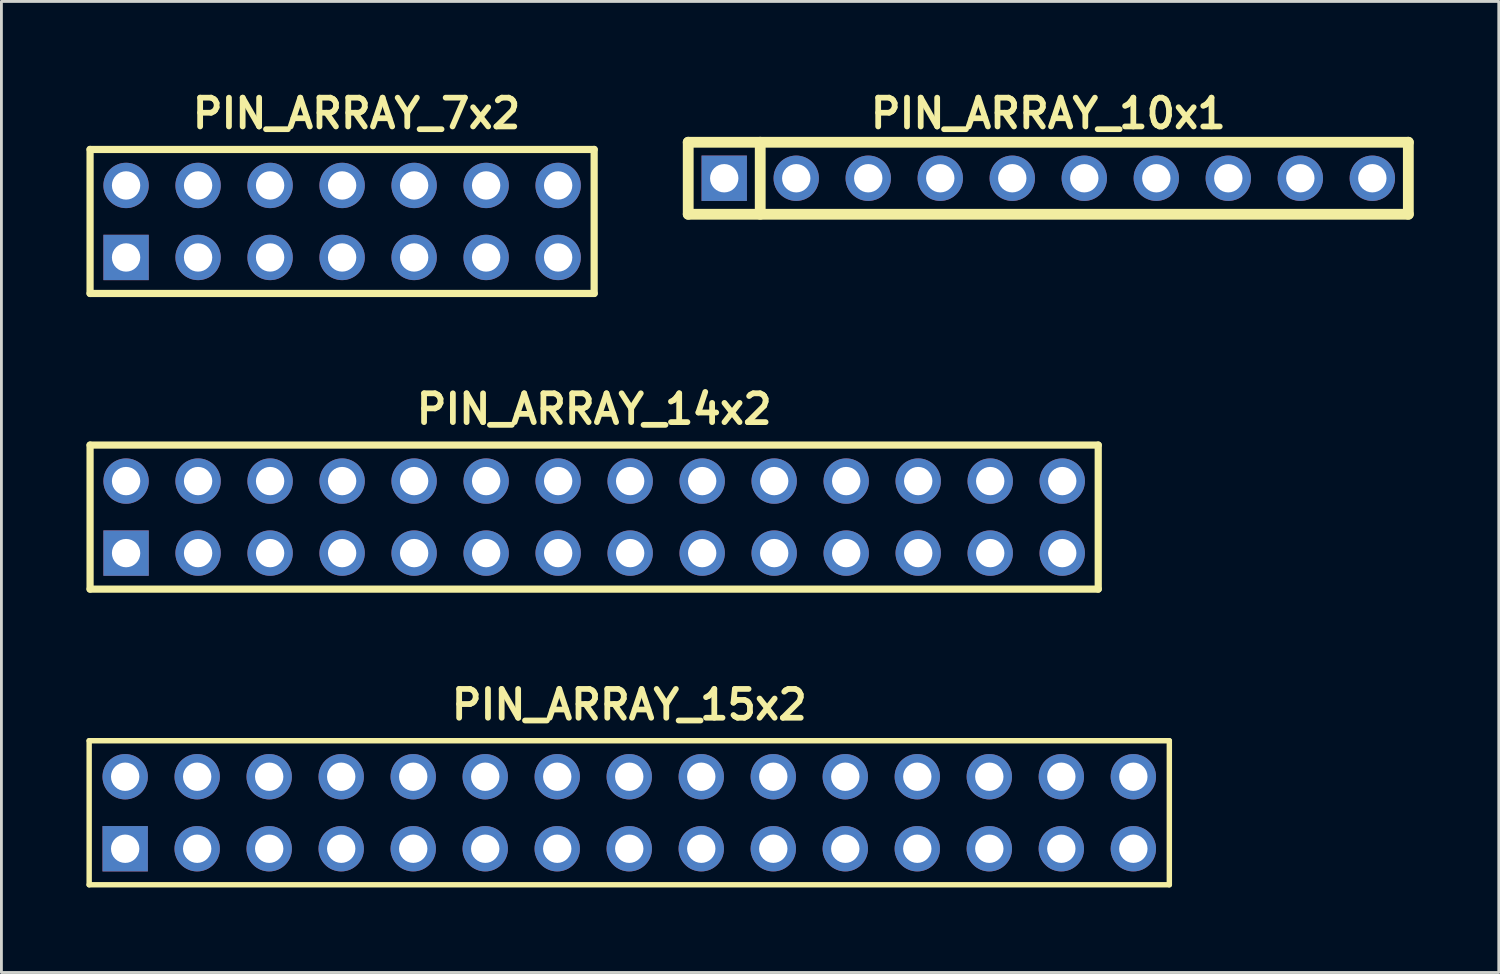
<source format=kicad_pcb>
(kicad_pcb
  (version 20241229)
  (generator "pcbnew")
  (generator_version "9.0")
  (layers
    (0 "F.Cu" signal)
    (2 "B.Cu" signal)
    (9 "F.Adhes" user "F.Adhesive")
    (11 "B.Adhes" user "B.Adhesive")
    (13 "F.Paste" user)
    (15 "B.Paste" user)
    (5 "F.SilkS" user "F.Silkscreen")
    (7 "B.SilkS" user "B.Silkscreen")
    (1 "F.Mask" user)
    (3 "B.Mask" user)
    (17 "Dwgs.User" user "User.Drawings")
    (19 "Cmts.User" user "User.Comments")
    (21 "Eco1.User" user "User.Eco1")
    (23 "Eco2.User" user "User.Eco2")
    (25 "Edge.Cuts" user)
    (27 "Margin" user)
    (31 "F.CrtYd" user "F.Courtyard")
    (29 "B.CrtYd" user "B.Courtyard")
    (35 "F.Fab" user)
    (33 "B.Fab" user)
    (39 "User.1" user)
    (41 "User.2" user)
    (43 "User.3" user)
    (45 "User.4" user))
  (footprint "PIN_ARRAY_10x1"
    (layer "F.Cu")
    (at 33.925 3.237)
    (property "Reference" "PIN_ARRAY_10x1" (at 0 -2.286 0) (layer "F.SilkS") (effects (font (size 1.016 1.016) (thickness 0.203))))
    (attr through_hole)
    (fp_line (start -12.7 -1.27) (end -12.7 1.27) (stroke (width 0.381) (type solid)) (layer "F.SilkS"))
    (fp_line (start -12.7 1.27) (end 12.7 1.27) (stroke (width 0.381) (type solid)) (layer "F.SilkS"))
    (fp_line (start -10.16 -1.27) (end -10.16 1.27) (stroke (width 0.381) (type solid)) (layer "F.SilkS"))
    (fp_line (start 12.7 -1.27) (end -12.7 -1.27) (stroke (width 0.381) (type solid)) (layer "F.SilkS"))
    (fp_line (start 12.7 1.27) (end 12.7 -1.27) (stroke (width 0.381) (type solid)) (layer "F.SilkS"))
    (pad "1" thru_hole rect (at -11.43 0) (size 1.6 1.6) (drill 1) (layers "*.Cu" "*.Mask"))
    (pad "2" thru_hole circle (at -8.89 0) (size 1.6 1.6) (drill 1) (layers "*.Cu" "*.Mask"))
    (pad "3" thru_hole circle (at -6.35 0) (size 1.6 1.6) (drill 1) (layers "*.Cu" "*.Mask"))
    (pad "4" thru_hole circle (at -3.81 0) (size 1.6 1.6) (drill 1) (layers "*.Cu" "*.Mask"))
    (pad "5" thru_hole circle (at -1.27 0) (size 1.6 1.6) (drill 1) (layers "*.Cu" "*.Mask"))
    (pad "6" thru_hole circle (at 1.27 0) (size 1.6 1.6) (drill 1) (layers "*.Cu" "*.Mask"))
    (pad "7" thru_hole circle (at 3.81 0) (size 1.6 1.6) (drill 1) (layers "*.Cu" "*.Mask"))
    (pad "8" thru_hole circle (at 6.35 0) (size 1.6 1.6) (drill 1) (layers "*.Cu" "*.Mask"))
    (pad "9" thru_hole circle (at 8.89 0) (size 1.6 1.6) (drill 1) (layers "*.Cu" "*.Mask"))
    (pad "10" thru_hole circle (at 11.43 0) (size 1.6 1.6) (drill 1) (layers "*.Cu" "*.Mask")))
  (footprint "PIN_ARRAY_14x2"
    (layer "F.Cu")
    (at 17.907 13.919)
    (property "Reference" "PIN_ARRAY_14x2" (at 0 -2.54 0) (layer "F.SilkS") (effects (font (size 1.016 1.016) (thickness 0.203))))
    (attr through_hole)
    (fp_line (start -17.78 3.81) (end -17.78 -1.27) (stroke (width 0.254) (type solid)) (layer "F.SilkS"))
    (fp_line (start -17.78 3.81) (end 17.78 3.81) (stroke (width 0.254) (type solid)) (layer "F.SilkS"))
    (fp_line (start 17.78 -1.27) (end -17.78 -1.27) (stroke (width 0.254) (type solid)) (layer "F.SilkS"))
    (fp_line (start 17.78 3.81) (end 17.78 -1.27) (stroke (width 0.254) (type solid)) (layer "F.SilkS"))
    (pad "1" thru_hole rect (at -16.51 2.54) (size 1.6 1.6) (drill 1) (layers "*.Cu" "*.Mask"))
    (pad "2" thru_hole circle (at -16.51 0) (size 1.6 1.6) (drill 1) (layers "*.Cu" "*.Mask"))
    (pad "3" thru_hole circle (at -13.97 2.54) (size 1.6 1.6) (drill 1) (layers "*.Cu" "*.Mask"))
    (pad "4" thru_hole circle (at -13.97 0) (size 1.6 1.6) (drill 1) (layers "*.Cu" "*.Mask"))
    (pad "5" thru_hole circle (at -11.43 2.54) (size 1.6 1.6) (drill 1) (layers "*.Cu" "*.Mask"))
    (pad "6" thru_hole circle (at -11.43 0) (size 1.6 1.6) (drill 1) (layers "*.Cu" "*.Mask"))
    (pad "7" thru_hole circle (at -8.89 2.54) (size 1.6 1.6) (drill 1) (layers "*.Cu" "*.Mask"))
    (pad "8" thru_hole circle (at -8.89 0) (size 1.6 1.6) (drill 1) (layers "*.Cu" "*.Mask"))
    (pad "9" thru_hole circle (at -6.35 2.54) (size 1.6 1.6) (drill 1) (layers "*.Cu" "*.Mask"))
    (pad "10" thru_hole circle (at -6.35 0) (size 1.6 1.6) (drill 1) (layers "*.Cu" "*.Mask"))
    (pad "11" thru_hole circle (at -3.81 2.54) (size 1.6 1.6) (drill 1) (layers "*.Cu" "*.Mask"))
    (pad "12" thru_hole circle (at -3.81 0) (size 1.6 1.6) (drill 1) (layers "*.Cu" "*.Mask"))
    (pad "13" thru_hole circle (at -1.27 2.54) (size 1.6 1.6) (drill 1) (layers "*.Cu" "*.Mask"))
    (pad "14" thru_hole circle (at -1.27 0) (size 1.6 1.6) (drill 1) (layers "*.Cu" "*.Mask"))
    (pad "15" thru_hole circle (at 1.27 2.54) (size 1.6 1.6) (drill 1) (layers "*.Cu" "*.Mask"))
    (pad "16" thru_hole circle (at 1.27 0) (size 1.6 1.6) (drill 1) (layers "*.Cu" "*.Mask"))
    (pad "17" thru_hole circle (at 3.81 2.54) (size 1.6 1.6) (drill 1) (layers "*.Cu" "*.Mask"))
    (pad "18" thru_hole circle (at 3.81 0) (size 1.6 1.6) (drill 1) (layers "*.Cu" "*.Mask"))
    (pad "19" thru_hole circle (at 6.35 2.54) (size 1.6 1.6) (drill 1) (layers "*.Cu" "*.Mask"))
    (pad "20" thru_hole circle (at 6.35 0) (size 1.6 1.6) (drill 1) (layers "*.Cu" "*.Mask"))
    (pad "21" thru_hole circle (at 8.89 2.54) (size 1.6 1.6) (drill 1) (layers "*.Cu" "*.Mask"))
    (pad "22" thru_hole circle (at 8.89 0) (size 1.6 1.6) (drill 1) (layers "*.Cu" "*.Mask"))
    (pad "23" thru_hole oval (at 11.43 2.54) (size 1.6 1.6) (drill 1) (layers "*.Cu" "*.Mask"))
    (pad "24" thru_hole circle (at 11.43 0) (size 1.6 1.6) (drill 1) (layers "*.Cu" "*.Mask"))
    (pad "25" thru_hole circle (at 13.97 2.54) (size 1.6 1.6) (drill 1) (layers "*.Cu" "*.Mask"))
    (pad "26" thru_hole circle (at 13.97 0) (size 1.6 1.6) (drill 1) (layers "*.Cu" "*.Mask"))
    (pad "27" thru_hole circle (at 16.51 2.54) (size 1.6 1.6) (drill 1) (layers "*.Cu" "*.Mask"))
    (pad "28" thru_hole circle (at 16.51 0) (size 1.6 1.6) (drill 1) (layers "*.Cu" "*.Mask")))
  (footprint "PIN_ARRAY_7x2"
    (layer "F.Cu")
    (at 9.017 4.761)
    (property "Reference" "PIN_ARRAY_7x2" (at 0.508 -3.81 0) (layer "F.SilkS") (effects (font (size 1.016 1.016) (thickness 0.203))))
    (attr through_hole)
    (fp_line (start -8.89 -2.54) (end -8.89 2.54) (stroke (width 0.254) (type solid)) (layer "F.SilkS"))
    (fp_line (start -8.89 -2.54) (end 8.89 -2.54) (stroke (width 0.254) (type solid)) (layer "F.SilkS"))
    (fp_line (start 8.89 -2.54) (end 8.89 2.54) (stroke (width 0.254) (type solid)) (layer "F.SilkS"))
    (fp_line (start 8.89 2.54) (end -8.89 2.54) (stroke (width 0.254) (type solid)) (layer "F.SilkS"))
    (pad "1" thru_hole rect (at -7.62 1.27) (size 1.6 1.6) (drill 1) (layers "*.Cu" "*.Mask"))
    (pad "2" thru_hole circle (at -7.62 -1.27) (size 1.6 1.6) (drill 1) (layers "*.Cu" "*.Mask"))
    (pad "3" thru_hole circle (at -5.08 1.27) (size 1.6 1.6) (drill 1) (layers "*.Cu" "*.Mask"))
    (pad "4" thru_hole circle (at -5.08 -1.27) (size 1.6 1.6) (drill 1) (layers "*.Cu" "*.Mask"))
    (pad "5" thru_hole circle (at -2.54 1.27) (size 1.6 1.6) (drill 1) (layers "*.Cu" "*.Mask"))
    (pad "6" thru_hole circle (at -2.54 -1.27) (size 1.6 1.6) (drill 1) (layers "*.Cu" "*.Mask"))
    (pad "7" thru_hole circle (at 0 1.27) (size 1.6 1.6) (drill 1) (layers "*.Cu" "*.Mask"))
    (pad "8" thru_hole circle (at 0 -1.27) (size 1.6 1.6) (drill 1) (layers "*.Cu" "*.Mask"))
    (pad "9" thru_hole circle (at 2.54 1.27) (size 1.6 1.6) (drill 1) (layers "*.Cu" "*.Mask"))
    (pad "10" thru_hole circle (at 2.54 -1.27) (size 1.6 1.6) (drill 1) (layers "*.Cu" "*.Mask"))
    (pad "11" thru_hole circle (at 5.08 1.27) (size 1.6 1.6) (drill 1) (layers "*.Cu" "*.Mask"))
    (pad "12" thru_hole circle (at 5.08 -1.27) (size 1.6 1.6) (drill 1) (layers "*.Cu" "*.Mask"))
    (pad "13" thru_hole circle (at 7.62 1.27) (size 1.6 1.6) (drill 1) (layers "*.Cu" "*.Mask"))
    (pad "14" thru_hole circle (at 7.62 -1.27) (size 1.6 1.6) (drill 1) (layers "*.Cu" "*.Mask")))
  (footprint "PIN_ARRAY_15x2"
    (layer "F.Cu")
    (at 19.145 24.347)
    (property "Reference" "PIN_ARRAY_15x2" (at 0 -2.54 0) (layer "F.SilkS") (effects (font (size 1.016 1.016) (thickness 0.203))))
    (attr through_hole)
    (fp_line (start -19.05 3.81) (end -19.05 -1.27) (stroke (width 0.191) (type solid)) (layer "F.SilkS"))
    (fp_line (start -19.05 3.81) (end 19.05 3.81) (stroke (width 0.191) (type solid)) (layer "F.SilkS"))
    (fp_line (start 19.05 -1.27) (end -19.05 -1.27) (stroke (width 0.191) (type solid)) (layer "F.SilkS"))
    (fp_line (start 19.05 3.81) (end 19.05 -1.27) (stroke (width 0.191) (type solid)) (layer "F.SilkS"))
    (pad "1" thru_hole rect (at -17.78 2.54) (size 1.6 1.6) (drill 1) (layers "*.Cu" "*.Mask"))
    (pad "2" thru_hole circle (at -17.78 0) (size 1.6 1.6) (drill 1) (layers "*.Cu" "*.Mask"))
    (pad "3" thru_hole circle (at -15.24 2.54) (size 1.6 1.6) (drill 1) (layers "*.Cu" "*.Mask"))
    (pad "4" thru_hole circle (at -15.24 0) (size 1.6 1.6) (drill 1) (layers "*.Cu" "*.Mask"))
    (pad "5" thru_hole circle (at -12.7 2.54) (size 1.6 1.6) (drill 1) (layers "*.Cu" "*.Mask"))
    (pad "6" thru_hole circle (at -12.7 0) (size 1.6 1.6) (drill 1) (layers "*.Cu" "*.Mask"))
    (pad "7" thru_hole circle (at -10.16 2.54) (size 1.6 1.6) (drill 1) (layers "*.Cu" "*.Mask"))
    (pad "8" thru_hole circle (at -10.16 0) (size 1.6 1.6) (drill 1) (layers "*.Cu" "*.Mask"))
    (pad "9" thru_hole circle (at -7.62 2.54) (size 1.6 1.6) (drill 1) (layers "*.Cu" "*.Mask"))
    (pad "10" thru_hole circle (at -7.62 0) (size 1.6 1.6) (drill 1) (layers "*.Cu" "*.Mask"))
    (pad "11" thru_hole circle (at -5.08 2.54) (size 1.6 1.6) (drill 1) (layers "*.Cu" "*.Mask"))
    (pad "12" thru_hole circle (at -5.08 0) (size 1.6 1.6) (drill 1) (layers "*.Cu" "*.Mask"))
    (pad "13" thru_hole circle (at -2.54 2.54) (size 1.6 1.6) (drill 1) (layers "*.Cu" "*.Mask"))
    (pad "14" thru_hole circle (at -2.54 0) (size 1.6 1.6) (drill 1) (layers "*.Cu" "*.Mask"))
    (pad "15" thru_hole circle (at 0 2.54) (size 1.6 1.6) (drill 1) (layers "*.Cu" "*.Mask"))
    (pad "16" thru_hole circle (at 0 0) (size 1.6 1.6) (drill 1) (layers "*.Cu" "*.Mask"))
    (pad "17" thru_hole circle (at 2.54 2.54) (size 1.6 1.6) (drill 1) (layers "*.Cu" "*.Mask"))
    (pad "18" thru_hole circle (at 2.54 0) (size 1.6 1.6) (drill 1) (layers "*.Cu" "*.Mask"))
    (pad "19" thru_hole circle (at 5.08 2.54) (size 1.6 1.6) (drill 1) (layers "*.Cu" "*.Mask"))
    (pad "20" thru_hole circle (at 5.08 0) (size 1.6 1.6) (drill 1) (layers "*.Cu" "*.Mask"))
    (pad "21" thru_hole circle (at 7.62 2.54) (size 1.6 1.6) (drill 1) (layers "*.Cu" "*.Mask"))
    (pad "22" thru_hole circle (at 7.62 0) (size 1.6 1.6) (drill 1) (layers "*.Cu" "*.Mask"))
    (pad "23" thru_hole oval (at 10.16 2.54) (size 1.6 1.6) (drill 1) (layers "*.Cu" "*.Mask"))
    (pad "24" thru_hole circle (at 10.16 0) (size 1.6 1.6) (drill 1) (layers "*.Cu" "*.Mask"))
    (pad "25" thru_hole circle (at 12.7 2.54) (size 1.6 1.6) (drill 1) (layers "*.Cu" "*.Mask"))
    (pad "26" thru_hole circle (at 12.7 0) (size 1.6 1.6) (drill 1) (layers "*.Cu" "*.Mask"))
    (pad "27" thru_hole circle (at 15.24 2.54) (size 1.6 1.6) (drill 1) (layers "*.Cu" "*.Mask"))
    (pad "28" thru_hole circle (at 15.24 0) (size 1.6 1.6) (drill 1) (layers "*.Cu" "*.Mask"))
    (pad "29" thru_hole circle (at 17.78 2.54) (size 1.6 1.6) (drill 1) (layers "*.Cu" "*.Mask"))
    (pad "30" thru_hole circle (at 17.78 0) (size 1.6 1.6) (drill 1) (layers "*.Cu" "*.Mask")))
  (gr_rect
    (start -3 -3)
    (end 49.815 31.252)
    (stroke (width 0.1) (type default))
    (fill no)
    (layer "Edge.Cuts")))
</source>
